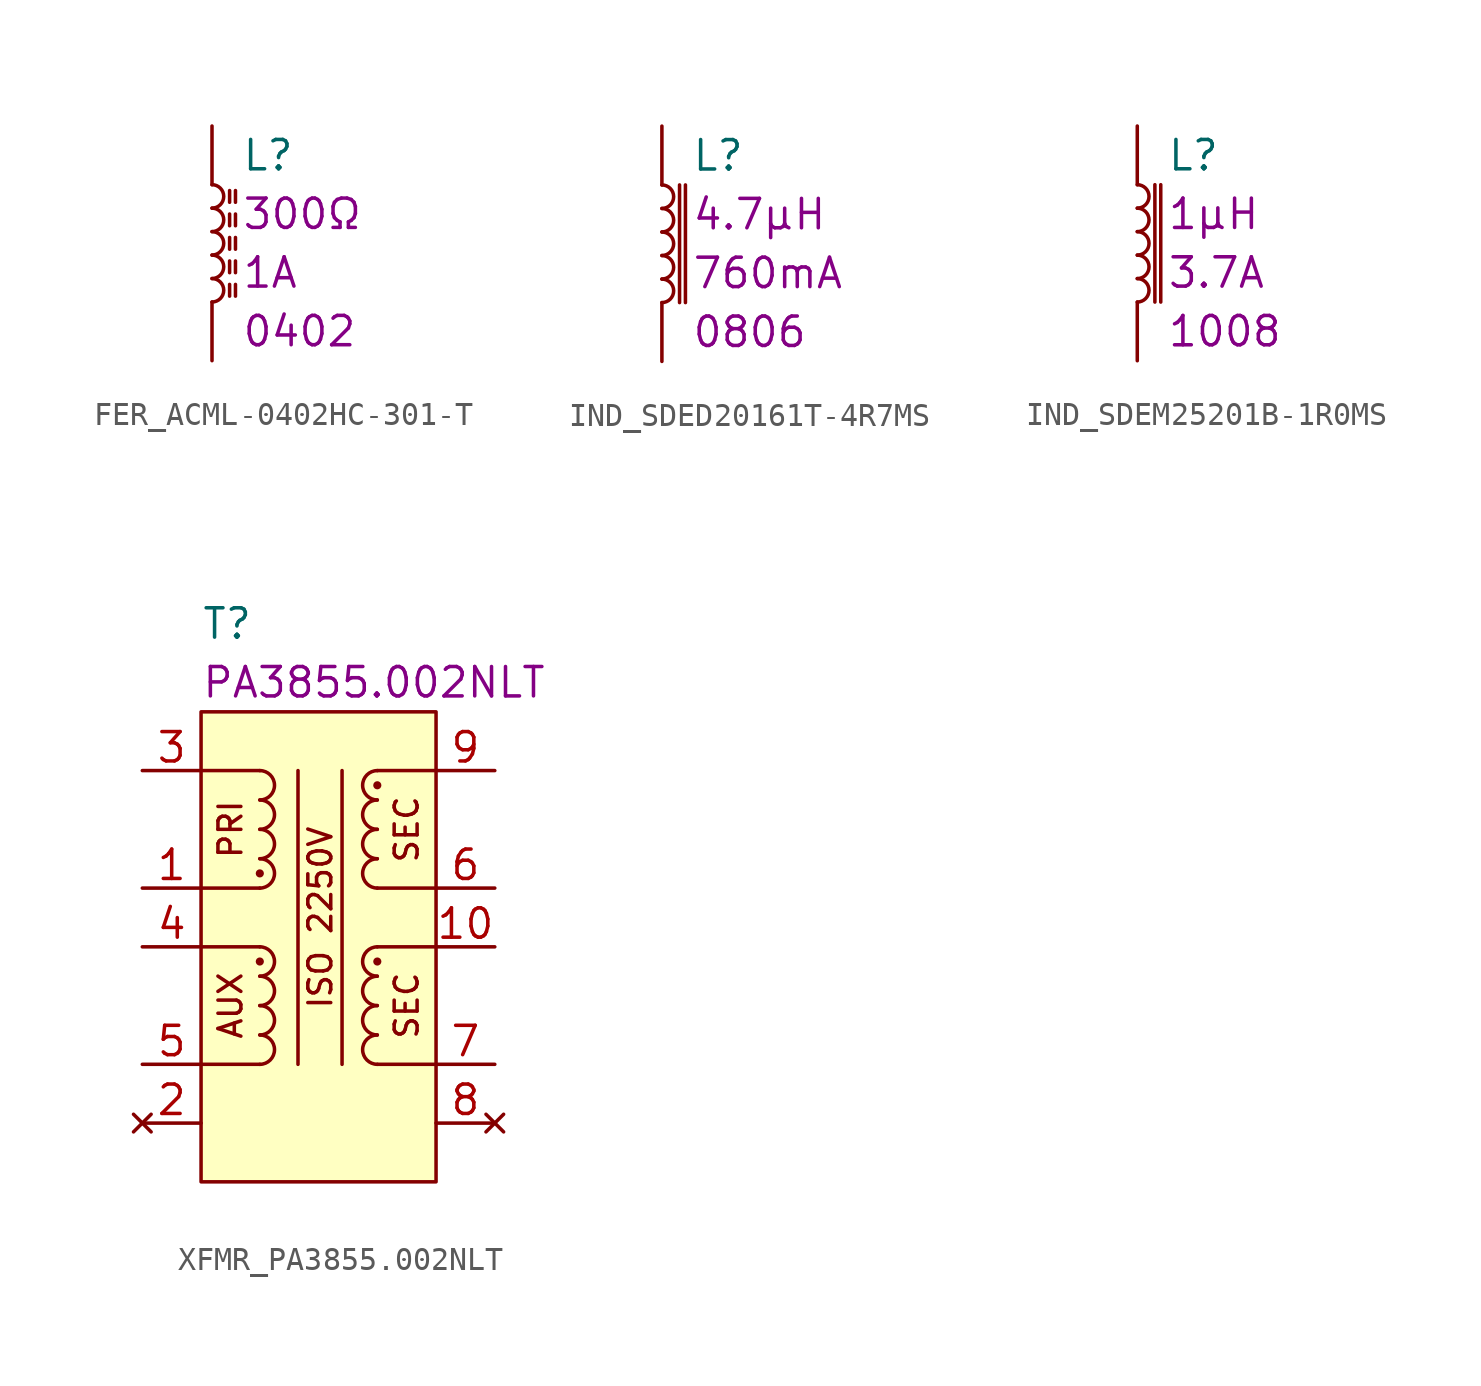
<source format=kicad_sym>
(kicad_symbol_lib
  (version 20211014)
  (generator kicad_symbol_editor)
  (symbol "FER_ACML-0402HC-301-T"
    (pin_numbers hide)
    (pin_names
      (offset 1.016) hide)
    (property "Reference" "L"
      (at 1.27 3.81 0)
      (effects (font (size 1.27 1.27)) (justify left)))
    (property "Current" "1A"
      (at 1.27 -1.27 0)
      (effects (font (size 1.27 1.27)) (justify left)))
    (property "Property" "300Ω"
      (at 1.27 1.27 0)
      (effects (font (size 1.27 1.27)) (justify left)))
    (property "Package" "0402"
      (at 1.27 -3.81 0)
      (effects (font (size 1.27 1.27)) (justify left)))
    (symbol "FER_ACML-0402HC-301-T_0_1"
      (arc (start 0 -2.54) (mid 0.508 -2.032) (end 0 -1.524) (stroke (width 0) (type default) (color 0 0 0 0)) (fill (type none)))
      (arc (start 0 -1.524) (mid 0.508 -1.016) (end 0 -0.508) (stroke (width 0) (type default) (color 0 0 0 0)) (fill (type none)))
      (arc (start 0 -0.508) (mid 0.508 0) (end 0 0.508) (stroke (width 0) (type default) (color 0 0 0 0)) (fill (type none)))
      (polyline (pts (xy 0.762 -1.778) (xy 0.762 -2.286)) (stroke (width 0) (type default) (color 0 0 0 0)) (fill (type none)))
      (polyline (pts (xy 0.762 -0.762) (xy 0.762 -1.27)) (stroke (width 0) (type default) (color 0 0 0 0)) (fill (type none)))
      (polyline (pts (xy 0.762 -0.254) (xy 0.762 0.254)) (stroke (width 0) (type default) (color 0 0 0 0)) (fill (type none)))
      (polyline (pts (xy 0.762 0.762) (xy 0.762 1.27)) (stroke (width 0) (type default) (color 0 0 0 0)) (fill (type none)))
      (polyline (pts (xy 0.762 1.778) (xy 0.762 2.286)) (stroke (width 0) (type default) (color 0 0 0 0)) (fill (type none)))
      (polyline (pts (xy 1.016 -2.286) (xy 1.016 -1.778)) (stroke (width 0) (type default) (color 0 0 0 0)) (fill (type none)))
      (polyline (pts (xy 1.016 -1.27) (xy 1.016 -0.762)) (stroke (width 0) (type default) (color 0 0 0 0)) (fill (type none)))
      (polyline (pts (xy 1.016 -0.254) (xy 1.016 0.254)) (stroke (width 0) (type default) (color 0 0 0 0)) (fill (type none)))
      (polyline (pts (xy 1.016 0.762) (xy 1.016 1.27)) (stroke (width 0) (type default) (color 0 0 0 0)) (fill (type none)))
      (polyline (pts (xy 1.016 1.778) (xy 1.016 2.286)) (stroke (width 0) (type default) (color 0 0 0 0)) (fill (type none)))
      (arc (start 0 0.508) (mid 0.508 1.016) (end 0 1.524) (stroke (width 0) (type default) (color 0 0 0 0)) (fill (type none)))
      (arc (start 0 1.524) (mid 0.508 2.032) (end 0 2.54) (stroke (width 0) (type default) (color 0 0 0 0)) (fill (type none))))
    (symbol "FER_ACML-0402HC-301-T_1_1"
      (pin passive line (at 0 5.08 270) (length 2.54) (name "1" (effects (font (size 1.27 1.27)))) (number "1" (effects (font (size 1.27 1.27)))))
      (pin passive line (at 0 -5.08 90) (length 2.54) (name "2" (effects (font (size 1.27 1.27)))) (number "2" (effects (font (size 1.27 1.27)))))))
  (symbol "IND_SDED20161T-4R7MS"
    (pin_numbers hide)
    (pin_names
      (offset 1.016) hide)
    (property "Reference" "L"
      (at 1.27 3.81 0)
      (effects (font (size 1.27 1.27)) (justify left)))
    (property "Current" "760mA"
      (at 1.27 -1.27 0)
      (effects (font (size 1.27 1.27)) (justify left)))
    (property "Property" "4.7µH"
      (at 1.27 1.27 0)
      (effects (font (size 1.27 1.27)) (justify left)))
    (property "Package" "0806"
      (at 1.27 -3.81 0)
      (effects (font (size 1.27 1.27)) (justify left)))
    (symbol "IND_SDED20161T-4R7MS_0_1"
      (arc (start 0 -2.54) (mid 0.508 -2.032) (end 0 -1.524) (stroke (width 0) (type default) (color 0 0 0 0)) (fill (type none)))
      (arc (start 0 -1.524) (mid 0.508 -1.016) (end 0 -0.508) (stroke (width 0) (type default) (color 0 0 0 0)) (fill (type none)))
      (arc (start 0 -0.508) (mid 0.508 0) (end 0 0.508) (stroke (width 0) (type default) (color 0 0 0 0)) (fill (type none)))
      (polyline (pts (xy 0.762 2.54) (xy 0.762 -2.54)) (stroke (width 0) (type default) (color 0 0 0 0)) (fill (type none)))
      (polyline (pts (xy 1.016 2.54) (xy 1.016 -2.54)) (stroke (width 0) (type default) (color 0 0 0 0)) (fill (type none)))
      (arc (start 0 0.508) (mid 0.508 1.016) (end 0 1.524) (stroke (width 0) (type default) (color 0 0 0 0)) (fill (type none)))
      (arc (start 0 1.524) (mid 0.508 2.032) (end 0 2.54) (stroke (width 0) (type default) (color 0 0 0 0)) (fill (type none))))
    (symbol "IND_SDED20161T-4R7MS_1_1"
      (pin passive line (at 0 5.08 270) (length 2.54) (name "1" (effects (font (size 1.27 1.27)))) (number "1" (effects (font (size 1.27 1.27)))))
      (pin passive line (at 0 -5.08 90) (length 2.54) (name "2" (effects (font (size 1.27 1.27)))) (number "2" (effects (font (size 1.27 1.27)))))))
  (symbol "IND_SDEM25201B-1R0MS"
    (pin_numbers hide)
    (pin_names
      (offset 1.016) hide)
    (property "Reference" "L"
      (at 1.27 3.81 0)
      (effects (font (size 1.27 1.27)) (justify left)))
    (property "Current" "3.7A"
      (at 1.27 -1.27 0)
      (effects (font (size 1.27 1.27)) (justify left)))
    (property "Property" "1µH"
      (at 1.27 1.27 0)
      (effects (font (size 1.27 1.27)) (justify left)))
    (property "Package" "1008"
      (at 1.27 -3.81 0)
      (effects (font (size 1.27 1.27)) (justify left)))
    (symbol "IND_SDEM25201B-1R0MS_0_1"
      (arc (start 0 -2.54) (mid 0.508 -2.032) (end 0 -1.524) (stroke (width 0) (type default) (color 0 0 0 0)) (fill (type none)))
      (arc (start 0 -1.524) (mid 0.508 -1.016) (end 0 -0.508) (stroke (width 0) (type default) (color 0 0 0 0)) (fill (type none)))
      (arc (start 0 -0.508) (mid 0.508 0) (end 0 0.508) (stroke (width 0) (type default) (color 0 0 0 0)) (fill (type none)))
      (polyline (pts (xy 0.762 2.54) (xy 0.762 -2.54)) (stroke (width 0) (type default) (color 0 0 0 0)) (fill (type none)))
      (polyline (pts (xy 1.016 2.54) (xy 1.016 -2.54)) (stroke (width 0) (type default) (color 0 0 0 0)) (fill (type none)))
      (arc (start 0 0.508) (mid 0.508 1.016) (end 0 1.524) (stroke (width 0) (type default) (color 0 0 0 0)) (fill (type none)))
      (arc (start 0 1.524) (mid 0.508 2.032) (end 0 2.54) (stroke (width 0) (type default) (color 0 0 0 0)) (fill (type none))))
    (symbol "IND_SDEM25201B-1R0MS_1_1"
      (pin passive line (at 0 5.08 270) (length 2.54) (name "1" (effects (font (size 1.27 1.27)))) (number "1" (effects (font (size 1.27 1.27)))))
      (pin passive line (at 0 -5.08 90) (length 2.54) (name "2" (effects (font (size 1.27 1.27)))) (number "2" (effects (font (size 1.27 1.27)))))))
  (symbol "XFMR_PA3855.002NLT"
    (pin_names
      (offset 1.016) hide)
    (property "Reference" "T"
      (at 0 3.81 0)
      (effects (font (size 1.27 1.27)) (justify left)))
    (property "Manufacturer Part Number" "PA3855.002NLT"
      (at 0 1.27 0)
      (effects (font (size 1.27 1.27)) (justify left)))
    (symbol "XFMR_PA3855.002NLT_0_0"
      (polyline (pts (xy 0 -15.24) (xy 2.54 -15.24)) (stroke (width 0) (type default) (color 0 0 0 0)) (fill (type none)))
      (polyline (pts (xy 0 -10.16) (xy 2.54 -10.16)) (stroke (width 0) (type default) (color 0 0 0 0)) (fill (type none)))
      (polyline (pts (xy 0 -7.62) (xy 2.54 -7.62)) (stroke (width 0) (type default) (color 0 0 0 0)) (fill (type none)))
      (polyline (pts (xy 0 -2.54) (xy 2.54 -2.54)) (stroke (width 0) (type default) (color 0 0 0 0)) (fill (type none)))
      (polyline (pts (xy 4.191 -2.54) (xy 4.191 -15.24)) (stroke (width 0) (type default) (color 0 0 0 0)) (fill (type none)))
      (polyline (pts (xy 6.096 -2.54) (xy 6.096 -15.24)) (stroke (width 0) (type default) (color 0 0 0 0)) (fill (type none)))
      (arc (start 2.54 -15.24) (mid 3.175 -14.605) (end 2.54 -13.97) (stroke (width 0) (type default) (color 0 0 0 0)) (fill (type none)))
      (arc (start 2.54 -13.97) (mid 3.175 -13.335) (end 2.54 -12.7) (stroke (width 0) (type default) (color 0 0 0 0)) (fill (type none)))
      (arc (start 2.54 -12.7) (mid 3.175 -12.065) (end 2.54 -11.43) (stroke (width 0) (type default) (color 0 0 0 0)) (fill (type none)))
      (arc (start 2.54 -11.43) (mid 3.175 -10.795) (end 2.54 -10.16) (stroke (width 0) (type default) (color 0 0 0 0)) (fill (type none)))
      (circle (center 2.54 -10.795) (radius 0.127) (stroke (width 0.1) (type default) (color 0 0 0 0)) (fill (type outline)))
      (arc (start 2.54 -7.62) (mid 3.175 -6.985) (end 2.54 -6.35) (stroke (width 0) (type default) (color 0 0 0 0)) (fill (type none)))
      (circle (center 2.54 -6.985) (radius 0.127) (stroke (width 0.1) (type default) (color 0 0 0 0)) (fill (type outline)))
      (arc (start 2.54 -6.35) (mid 3.175 -5.715) (end 2.54 -5.08) (stroke (width 0) (type default) (color 0 0 0 0)) (fill (type none)))
      (arc (start 2.54 -5.08) (mid 3.175 -4.445) (end 2.54 -3.81) (stroke (width 0) (type default) (color 0 0 0 0)) (fill (type none)))
      (arc (start 2.54 -3.81) (mid 3.175 -3.175) (end 2.54 -2.54) (stroke (width 0) (type default) (color 0 0 0 0)) (fill (type none)))
      (text "AUX" (at 1.27 -12.7 900) (effects (font (size 0.991 0.991))))
      (text "ISO 2250V" (at 5.156 -8.89 900) (effects (font (size 0.991 0.991))))
      (text "PRI" (at 1.27 -5.08 900) (effects (font (size 0.991 0.991))))
      (text "SEC" (at 8.89 -12.7 900) (effects (font (size 0.991 0.991))))
      (text "SEC" (at 8.89 -5.08 900) (effects (font (size 0.991 0.991)))))
    (symbol "XFMR_PA3855.002NLT_1_1"
      (polyline (pts (xy 10.16 -15.24) (xy 7.62 -15.24)) (stroke (width 0) (type default) (color 0 0 0 0)) (fill (type none)))
      (polyline (pts (xy 10.16 -10.16) (xy 7.62 -10.16)) (stroke (width 0) (type default) (color 0 0 0 0)) (fill (type none)))
      (polyline (pts (xy 10.16 -7.62) (xy 7.62 -7.62)) (stroke (width 0) (type default) (color 0 0 0 0)) (fill (type none)))
      (polyline (pts (xy 10.16 -2.54) (xy 7.62 -2.54)) (stroke (width 0) (type default) (color 0 0 0 0)) (fill (type none)))
      (rectangle (start 0 0) (end 10.16 -20.32) (stroke (width 0) (type default) (color 0 0 0 0)) (fill (type background)))
      (arc (start 7.62 -13.97) (mid 6.985 -14.605) (end 7.62 -15.24) (stroke (width 0) (type default) (color 0 0 0 0)) (fill (type none)))
      (arc (start 7.62 -12.7) (mid 6.985 -13.335) (end 7.62 -13.97) (stroke (width 0) (type default) (color 0 0 0 0)) (fill (type none)))
      (arc (start 7.62 -11.43) (mid 6.985 -12.065) (end 7.62 -12.7) (stroke (width 0) (type default) (color 0 0 0 0)) (fill (type none)))
      (circle (center 7.62 -10.795) (radius 0.127) (stroke (width 0.1) (type default) (color 0 0 0 0)) (fill (type outline)))
      (arc (start 7.62 -10.16) (mid 6.985 -10.795) (end 7.62 -11.43) (stroke (width 0) (type default) (color 0 0 0 0)) (fill (type none)))
      (arc (start 7.62 -6.35) (mid 6.985 -6.985) (end 7.62 -7.62) (stroke (width 0) (type default) (color 0 0 0 0)) (fill (type none)))
      (arc (start 7.62 -5.08) (mid 6.985 -5.715) (end 7.62 -6.35) (stroke (width 0) (type default) (color 0 0 0 0)) (fill (type none)))
      (arc (start 7.62 -3.81) (mid 6.985 -4.445) (end 7.62 -5.08) (stroke (width 0) (type default) (color 0 0 0 0)) (fill (type none)))
      (circle (center 7.62 -3.175) (radius 0.127) (stroke (width 0.1) (type default) (color 0 0 0 0)) (fill (type outline)))
      (arc (start 7.62 -2.54) (mid 6.985 -3.175) (end 7.62 -3.81) (stroke (width 0) (type default) (color 0 0 0 0)) (fill (type none)))
      (pin passive line (at -2.54 -7.62 0) (length 2.54) (name "1" (effects (font (size 1.27 1.27)))) (number "1" (effects (font (size 1.27 1.27)))))
      (pin passive line (at 12.7 -10.16 180) (length 2.54) (name "10" (effects (font (size 1.27 1.27)))) (number "10" (effects (font (size 1.27 1.27)))))
      (pin no_connect line (at -2.54 -17.78 0) (length 2.54) (name "2" (effects (font (size 1.27 1.27)))) (number "2" (effects (font (size 1.27 1.27)))))
      (pin passive line (at -2.54 -2.54 0) (length 2.54) (name "3" (effects (font (size 1.27 1.27)))) (number "3" (effects (font (size 1.27 1.27)))))
      (pin passive line (at -2.54 -10.16 0) (length 2.54) (name "4" (effects (font (size 1.27 1.27)))) (number "4" (effects (font (size 1.27 1.27)))))
      (pin passive line (at -2.54 -15.24 0) (length 2.54) (name "5" (effects (font (size 1.27 1.27)))) (number "5" (effects (font (size 1.27 1.27)))))
      (pin passive line (at 12.7 -7.62 180) (length 2.54) (name "6" (effects (font (size 1.27 1.27)))) (number "6" (effects (font (size 1.27 1.27)))))
      (pin passive line (at 12.7 -15.24 180) (length 2.54) (name "7" (effects (font (size 1.27 1.27)))) (number "7" (effects (font (size 1.27 1.27)))))
      (pin no_connect line (at 12.7 -17.78 180) (length 2.54) (name "8" (effects (font (size 1.27 1.27)))) (number "8" (effects (font (size 1.27 1.27)))))
      (pin passive line (at 12.7 -2.54 180) (length 2.54) (name "9" (effects (font (size 1.27 1.27)))) (number "9" (effects (font (size 1.27 1.27))))))))
</source>
